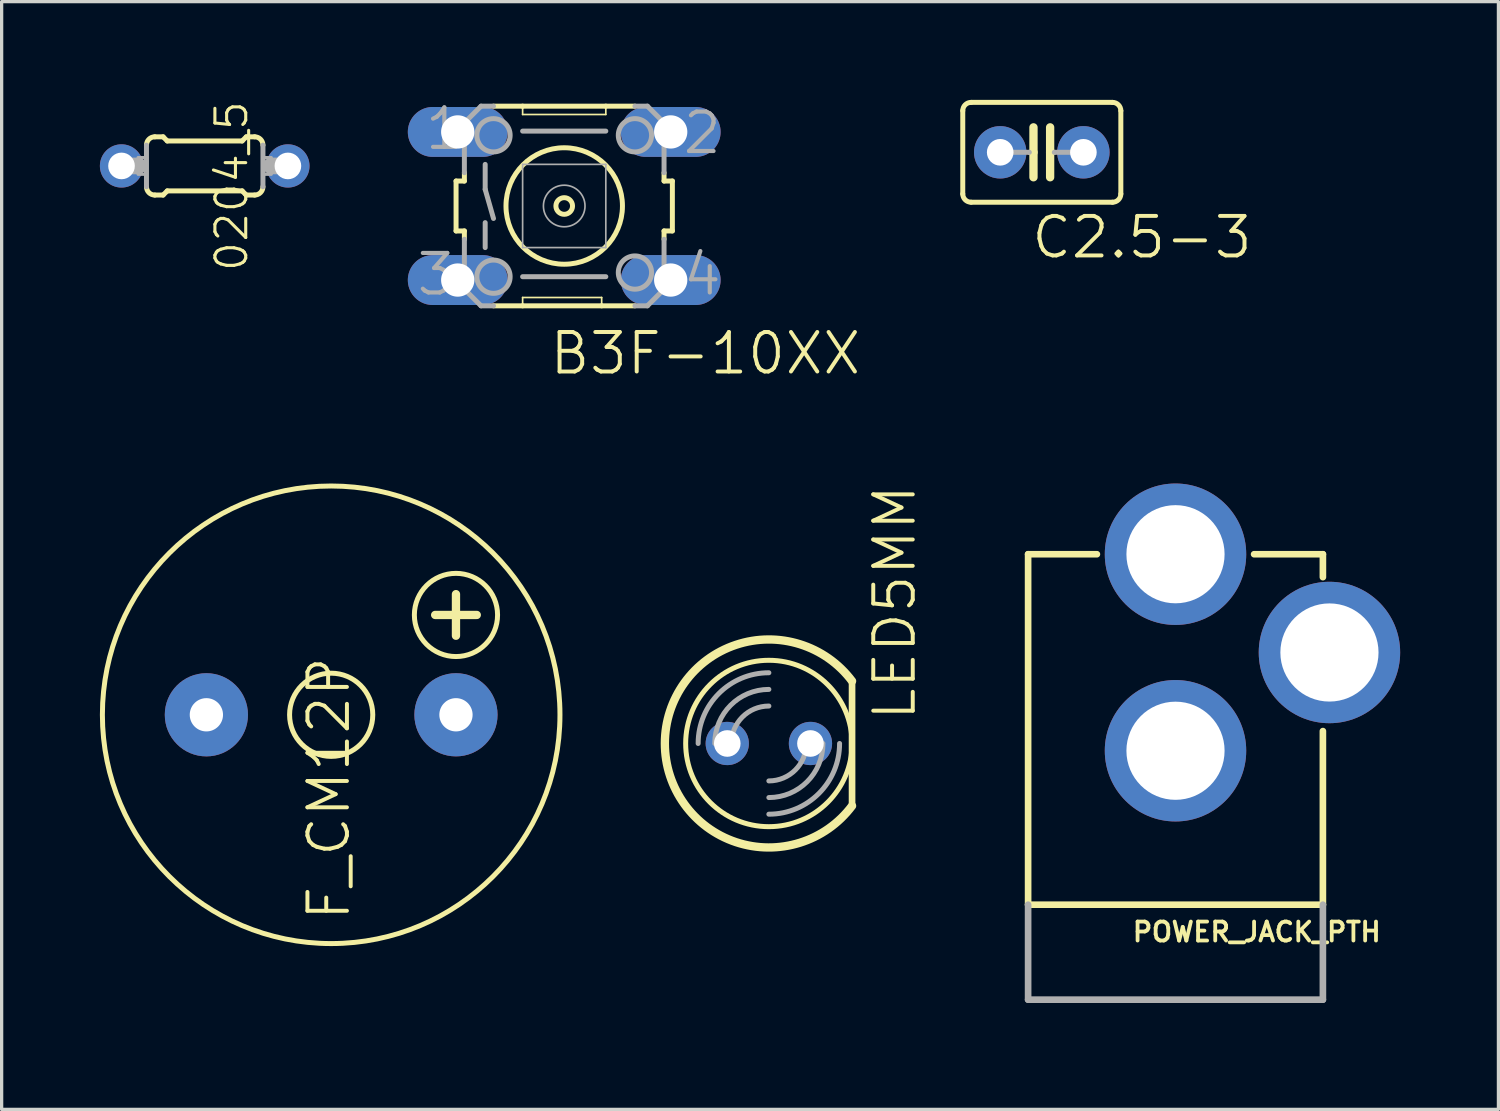
<source format=kicad_pcb>
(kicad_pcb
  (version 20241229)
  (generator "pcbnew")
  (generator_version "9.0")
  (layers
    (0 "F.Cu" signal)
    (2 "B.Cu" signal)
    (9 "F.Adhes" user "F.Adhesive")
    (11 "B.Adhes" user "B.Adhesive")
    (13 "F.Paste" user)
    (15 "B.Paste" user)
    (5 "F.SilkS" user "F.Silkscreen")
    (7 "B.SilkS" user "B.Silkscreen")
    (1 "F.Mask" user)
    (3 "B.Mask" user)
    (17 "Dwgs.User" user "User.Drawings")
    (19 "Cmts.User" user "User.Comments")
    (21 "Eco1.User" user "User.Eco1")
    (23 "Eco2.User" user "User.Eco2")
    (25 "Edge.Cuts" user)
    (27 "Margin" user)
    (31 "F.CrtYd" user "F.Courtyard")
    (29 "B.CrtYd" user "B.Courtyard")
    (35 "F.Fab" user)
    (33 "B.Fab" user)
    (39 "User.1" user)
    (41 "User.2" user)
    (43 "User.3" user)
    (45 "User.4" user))
  (footprint "0204_5"
    (layer "F.Cu")
    (at 3.2 2.016)
    (property "Reference" "0204_5" (at 1.372 3.277 270) (layer "F.SilkS") (effects (font (size 0.941 0.941) (thickness 0.094)) (justify left bottom)))
    (attr through_hole)
    (fp_line (start -1.524 -0.889) (end -1.27 -0.889) (stroke (width 0.152) (type solid)) (layer "F.SilkS"))
    (fp_line (start -1.524 0.889) (end -1.27 0.889) (stroke (width 0.152) (type solid)) (layer "F.SilkS"))
    (fp_line (start -1.143 -0.762) (end -1.27 -0.889) (stroke (width 0.152) (type solid)) (layer "F.SilkS"))
    (fp_line (start -1.143 0.762) (end -1.27 0.889) (stroke (width 0.152) (type solid)) (layer "F.SilkS"))
    (fp_line (start 1.143 -0.762) (end -1.143 -0.762) (stroke (width 0.152) (type solid)) (layer "F.SilkS"))
    (fp_line (start 1.143 -0.762) (end 1.27 -0.889) (stroke (width 0.152) (type solid)) (layer "F.SilkS"))
    (fp_line (start 1.143 0.762) (end -1.143 0.762) (stroke (width 0.152) (type solid)) (layer "F.SilkS"))
    (fp_line (start 1.143 0.762) (end 1.27 0.889) (stroke (width 0.152) (type solid)) (layer "F.SilkS"))
    (fp_line (start 1.524 -0.889) (end 1.27 -0.889) (stroke (width 0.152) (type solid)) (layer "F.SilkS"))
    (fp_line (start 1.524 0.889) (end 1.27 0.889) (stroke (width 0.152) (type solid)) (layer "F.SilkS"))
    (fp_arc (start -1.778 -0.635) (mid -1.703605 -0.814605) (end -1.524 -0.889) (stroke (width 0.1524) (type solid)) (layer "F.SilkS"))
    (fp_arc (start -1.524 0.889) (mid -1.703605 0.814605) (end -1.778 0.635) (stroke (width 0.1524) (type solid)) (layer "F.SilkS"))
    (fp_arc (start 1.524 -0.889) (mid 1.703605 -0.814605) (end 1.778 -0.635) (stroke (width 0.1524) (type solid)) (layer "F.SilkS"))
    (fp_arc (start 1.778 0.635) (mid 1.703605 0.814605) (end 1.524 0.889) (stroke (width 0.1524) (type solid)) (layer "F.SilkS"))
    (fp_line (start -2.54 0) (end -2.032 0) (stroke (width 0.508) (type solid)) (layer "F.Fab"))
    (fp_line (start -1.778 0.635) (end -1.778 -0.635) (stroke (width 0.152) (type solid)) (layer "F.Fab"))
    (fp_line (start 1.778 0.635) (end 1.778 -0.635) (stroke (width 0.152) (type solid)) (layer "F.Fab"))
    (fp_line (start 2.54 0) (end 2.032 0) (stroke (width 0.508) (type solid)) (layer "F.Fab"))
    (fp_poly (pts (xy -2.032 0.254) (xy -1.778 0.254) (xy -1.778 -0.254) (xy -2.032 -0.254)) (stroke (width 0.1) (type solid)) (fill no) (layer "F.Fab"))
    (fp_poly (pts (xy 1.778 0.254) (xy 2.032 0.254) (xy 2.032 -0.254) (xy 1.778 -0.254)) (stroke (width 0.1) (type solid)) (fill no) (layer "F.Fab"))
    (pad "1" thru_hole circle (at -2.54 0) (size 1.321 1.321) (drill 0.813) (layers "*.Cu" "*.Mask"))
    (pad "2" thru_hole circle (at 2.54 0) (size 1.321 1.321) (drill 0.813) (layers "*.Cu" "*.Mask")))
  (footprint "LED5MM"
    (layer "F.Cu")
    (at 20.424 19.649)
    (property "Reference" "LED5MM" (at 4.547 -0.635 270) (layer "F.SilkS") (effects (font (size 1.206 1.206) (thickness 0.121)) (justify left bottom)))
    (attr through_hole)
    (fp_line (start 2.54 1.905) (end 2.54 -1.905) (stroke (width 0.203) (type solid)) (layer "F.SilkS"))
    (fp_arc (start 2.54 1.905) (mid -3.175 0) (end 2.54 -1.905) (stroke (width 0.254) (type solid)) (layer "F.SilkS"))
    (fp_circle (center 0 0) (end 2.54 0) (stroke (width 0.152) (type solid)) (fill no) (layer "F.SilkS"))
    (fp_arc (start -2.159 0) (mid -1.526644 -1.526644) (end 0 -2.159) (stroke (width 0.1524) (type solid)) (layer "F.Fab"))
    (fp_arc (start -1.651 0) (mid -1.167433 -1.167433) (end 0 -1.651) (stroke (width 0.1524) (type solid)) (layer "F.Fab"))
    (fp_arc (start -1.143 0) (mid -0.808223 -0.808223) (end 0 -1.143) (stroke (width 0.1524) (type solid)) (layer "F.Fab"))
    (fp_arc (start 1.143 0) (mid 0.808223 0.808223) (end 0 1.143) (stroke (width 0.1524) (type solid)) (layer "F.Fab"))
    (fp_arc (start 1.651 0) (mid 1.167433 1.167433) (end 0 1.651) (stroke (width 0.1524) (type solid)) (layer "F.Fab"))
    (fp_arc (start 2.159 0) (mid 1.526644 1.526644) (end 0 2.159) (stroke (width 0.1524) (type solid)) (layer "F.Fab"))
    (pad "A" thru_hole circle (at -1.27 0) (size 1.321 1.321) (drill 0.813) (layers "*.Cu" "*.Mask"))
    (pad "K" thru_hole circle (at 1.27 0) (size 1.321 1.321) (drill 0.813) (layers "*.Cu" "*.Mask")))
  (footprint "C2.5-3"
    (layer "F.Cu")
    (at 28.757 1.6)
    (property "Reference" "C2.5-3" (at -0.381 3.302 0) (layer "F.SilkS") (effects (font (size 1.206 1.206) (thickness 0.121)) (justify left bottom)))
    (attr through_hole)
    (fp_line (start -2.413 -1.27) (end -2.413 1.27) (stroke (width 0.152) (type solid)) (layer "F.SilkS"))
    (fp_line (start -2.159 -1.524) (end 2.159 -1.524) (stroke (width 0.152) (type solid)) (layer "F.SilkS"))
    (fp_line (start -0.254 -0.762) (end -0.254 0) (stroke (width 0.254) (type solid)) (layer "F.SilkS"))
    (fp_line (start -0.254 0) (end -0.381 0) (stroke (width 0.152) (type solid)) (layer "F.SilkS"))
    (fp_line (start -0.254 0) (end -0.254 0.762) (stroke (width 0.254) (type solid)) (layer "F.SilkS"))
    (fp_line (start 0.254 0) (end 0.254 -0.762) (stroke (width 0.254) (type solid)) (layer "F.SilkS"))
    (fp_line (start 0.254 0) (end 0.254 0.762) (stroke (width 0.254) (type solid)) (layer "F.SilkS"))
    (fp_line (start 0.381 0) (end 0.254 0) (stroke (width 0.152) (type solid)) (layer "F.SilkS"))
    (fp_line (start 2.159 1.524) (end -2.159 1.524) (stroke (width 0.152) (type solid)) (layer "F.SilkS"))
    (fp_line (start 2.413 -1.27) (end 2.413 1.27) (stroke (width 0.152) (type solid)) (layer "F.SilkS"))
    (fp_arc (start -2.413 -1.27) (mid -2.338605 -1.449605) (end -2.159 -1.524) (stroke (width 0.1524) (type solid)) (layer "F.SilkS"))
    (fp_arc (start -2.159 1.524) (mid -2.338605 1.449605) (end -2.413 1.27) (stroke (width 0.1524) (type solid)) (layer "F.SilkS"))
    (fp_arc (start 2.159 -1.524) (mid 2.338605 -1.449605) (end 2.413 -1.27) (stroke (width 0.1524) (type solid)) (layer "F.SilkS"))
    (fp_arc (start 2.413 1.27) (mid 2.338605 1.449605) (end 2.159 1.524) (stroke (width 0.1524) (type solid)) (layer "F.SilkS"))
    (fp_line (start -0.381 0) (end -1.27 0) (stroke (width 0.152) (type solid)) (layer "F.Fab"))
    (fp_line (start 1.27 0) (end 0.381 0) (stroke (width 0.152) (type solid)) (layer "F.Fab"))
    (pad "1" thru_hole circle (at -1.27 0) (size 1.6 1.6) (drill 0.813) (layers "*.Cu" "*.Mask"))
    (pad "2" thru_hole circle (at 1.27 0) (size 1.6 1.6) (drill 0.813) (layers "*.Cu" "*.Mask")))
  (footprint "POWER_JACK_PTH"
    (layer "F.Cu")
    (at 32.839 27.571)
    (property "Reference" "POWER_JACK_PTH" (at -1.372 -1.829 180) (layer "F.SilkS") (effects (font (size 0.579 0.579) (thickness 0.116)) (justify left bottom)))
    (attr through_hole)
    (fp_line (start -4.5 -13.7) (end -2.4 -13.7) (stroke (width 0.203) (type solid)) (layer "F.SilkS"))
    (fp_line (start -4.5 -3) (end -4.5 -13.7) (stroke (width 0.203) (type solid)) (layer "F.SilkS"))
    (fp_line (start -4.5 -3) (end 4.5 -3) (stroke (width 0.203) (type solid)) (layer "F.SilkS"))
    (fp_line (start 4.5 -13.7) (end 2.4 -13.7) (stroke (width 0.203) (type solid)) (layer "F.SilkS"))
    (fp_line (start 4.5 -13.7) (end 4.5 -13) (stroke (width 0.203) (type solid)) (layer "F.SilkS"))
    (fp_line (start 4.5 -3) (end 4.5 -8.3) (stroke (width 0.203) (type solid)) (layer "F.SilkS"))
    (fp_line (start -4.5 -3) (end -4.5 -0.1) (stroke (width 0.203) (type solid)) (layer "F.Fab"))
    (fp_line (start 4.5 -0.1) (end -4.5 -0.1) (stroke (width 0.203) (type solid)) (layer "F.Fab"))
    (fp_line (start 4.5 -0.1) (end 4.5 -3) (stroke (width 0.203) (type solid)) (layer "F.Fab"))
    (pad "GND" thru_hole circle (at 0 -7.7) (size 4.318 4.318) (drill 2.997) (layers "*.Cu" "*.Mask"))
    (pad "GNDBREAK" thru_hole circle (at 4.7 -10.7 90) (size 4.318 4.318) (drill 2.997) (layers "*.Cu" "*.Mask"))
    (pad "PWR" thru_hole circle (at 0 -13.7) (size 4.318 4.318) (drill 2.997) (layers "*.Cu" "*.Mask")))
  (footprint "F_CM12P"
    (layer "F.Cu")
    (at 7.061 18.773)
    (property "Reference" "F_CM12P" (at 0.635 6.35 270) (layer "F.SilkS") (effects (font (size 1.206 1.206) (thickness 0.121)) (justify left bottom)))
    (attr through_hole)
    (fp_line (start 3.175 -3.048) (end 4.445 -3.048) (stroke (width 0.254) (type solid)) (layer "F.SilkS"))
    (fp_line (start 3.81 -3.683) (end 3.81 -2.413) (stroke (width 0.254) (type solid)) (layer "F.SilkS"))
    (fp_circle (center 0 0) (end 1.27 0) (stroke (width 0.152) (type solid)) (fill no) (layer "F.SilkS"))
    (fp_circle (center 0 0) (end 6.985 0) (stroke (width 0.152) (type solid)) (fill no) (layer "F.SilkS"))
    (fp_circle (center 3.81 -3.048) (end 5.08 -3.048) (stroke (width 0.152) (type solid)) (fill no) (layer "F.SilkS"))
    (pad "+" thru_hole circle (at 3.81 0) (size 2.54 2.54) (drill 1.016) (layers "*.Cu" "*.Mask"))
    (pad "-" thru_hole circle (at -3.81 0) (size 2.54 2.54) (drill 1.016) (layers "*.Cu" "*.Mask")))
  (footprint "B3F-10XX"
    (layer "F.Cu")
    (at 14.176 3.239)
    (property "Reference" "B3F-10XX" (at -0.508 5.207 180) (layer "F.SilkS") (effects (font (size 1.206 1.206) (thickness 0.121)) (justify left bottom)))
    (attr through_hole)
    (fp_line (start -3.302 -0.762) (end -3.302 0.762) (stroke (width 0.152) (type solid)) (layer "F.SilkS"))
    (fp_line (start -3.302 -0.762) (end -3.048 -0.762) (stroke (width 0.152) (type solid)) (layer "F.SilkS"))
    (fp_line (start -3.048 -0.762) (end -3.048 -1.016) (stroke (width 0.152) (type solid)) (layer "F.SilkS"))
    (fp_line (start -3.048 0.762) (end -3.302 0.762) (stroke (width 0.152) (type solid)) (layer "F.SilkS"))
    (fp_line (start -3.048 0.762) (end -3.048 1.016) (stroke (width 0.152) (type solid)) (layer "F.SilkS"))
    (fp_line (start -2.159 3.048) (end -1.27 3.048) (stroke (width 0.152) (type solid)) (layer "F.SilkS"))
    (fp_line (start -1.27 -3.048) (end -2.159 -3.048) (stroke (width 0.152) (type solid)) (layer "F.SilkS"))
    (fp_line (start -1.27 -3.048) (end -1.27 -2.794) (stroke (width 0.051) (type solid)) (layer "F.SilkS"))
    (fp_line (start -1.27 2.794) (end -1.27 3.048) (stroke (width 0.051) (type solid)) (layer "F.SilkS"))
    (fp_line (start -1.27 3.048) (end 1.143 3.048) (stroke (width 0.152) (type solid)) (layer "F.SilkS"))
    (fp_line (start 1.143 2.794) (end -1.27 2.794) (stroke (width 0.051) (type solid)) (layer "F.SilkS"))
    (fp_line (start 1.143 2.794) (end 1.143 3.048) (stroke (width 0.051) (type solid)) (layer "F.SilkS"))
    (fp_line (start 1.143 3.048) (end 2.159 3.048) (stroke (width 0.152) (type solid)) (layer "F.SilkS"))
    (fp_line (start 1.27 -3.048) (end -1.27 -3.048) (stroke (width 0.152) (type solid)) (layer "F.SilkS"))
    (fp_line (start 1.27 -2.794) (end -1.27 -2.794) (stroke (width 0.051) (type solid)) (layer "F.SilkS"))
    (fp_line (start 1.27 -2.794) (end 1.27 -3.048) (stroke (width 0.051) (type solid)) (layer "F.SilkS"))
    (fp_line (start 2.159 -3.048) (end 1.27 -3.048) (stroke (width 0.152) (type solid)) (layer "F.SilkS"))
    (fp_line (start 3.048 -0.762) (end 3.048 -1.016) (stroke (width 0.152) (type solid)) (layer "F.SilkS"))
    (fp_line (start 3.048 -0.762) (end 3.302 -0.762) (stroke (width 0.152) (type solid)) (layer "F.SilkS"))
    (fp_line (start 3.048 0.762) (end 3.048 1.016) (stroke (width 0.152) (type solid)) (layer "F.SilkS"))
    (fp_line (start 3.302 0.762) (end 3.048 0.762) (stroke (width 0.152) (type solid)) (layer "F.SilkS"))
    (fp_line (start 3.302 0.762) (end 3.302 -0.762) (stroke (width 0.152) (type solid)) (layer "F.SilkS"))
    (fp_circle (center 0 0) (end 0.254 0) (stroke (width 0.152) (type solid)) (fill no) (layer "F.SilkS"))
    (fp_circle (center 0 0) (end 1.778 0) (stroke (width 0.152) (type solid)) (fill no) (layer "F.SilkS"))
    (fp_line (start -3.048 -2.54) (end -3.048 -1.016) (stroke (width 0.152) (type solid)) (layer "F.Fab"))
    (fp_line (start -3.048 2.54) (end -3.048 1.016) (stroke (width 0.152) (type solid)) (layer "F.Fab"))
    (fp_line (start -2.54 -3.048) (end -3.048 -2.54) (stroke (width 0.152) (type solid)) (layer "F.Fab"))
    (fp_line (start -2.54 -3.048) (end -2.159 -3.048) (stroke (width 0.152) (type solid)) (layer "F.Fab"))
    (fp_line (start -2.54 3.048) (end -3.048 2.54) (stroke (width 0.152) (type solid)) (layer "F.Fab"))
    (fp_line (start -2.54 3.048) (end -2.159 3.048) (stroke (width 0.152) (type solid)) (layer "F.Fab"))
    (fp_line (start -2.413 -1.27) (end -2.413 -0.508) (stroke (width 0.152) (type solid)) (layer "F.Fab"))
    (fp_line (start -2.413 -0.508) (end -2.159 0.381) (stroke (width 0.152) (type solid)) (layer "F.Fab"))
    (fp_line (start -2.413 0.508) (end -2.413 1.27) (stroke (width 0.152) (type solid)) (layer "F.Fab"))
    (fp_line (start -1.27 -1.27) (end -1.27 1.27) (stroke (width 0.051) (type solid)) (layer "F.Fab"))
    (fp_line (start -1.27 -1.27) (end 1.27 -1.27) (stroke (width 0.051) (type solid)) (layer "F.Fab"))
    (fp_line (start -1.27 2.159) (end 1.27 2.159) (stroke (width 0.152) (type solid)) (layer "F.Fab"))
    (fp_line (start 1.27 -2.286) (end -1.27 -2.286) (stroke (width 0.152) (type solid)) (layer "F.Fab"))
    (fp_line (start 1.27 1.27) (end -1.27 1.27) (stroke (width 0.051) (type solid)) (layer "F.Fab"))
    (fp_line (start 1.27 1.27) (end 1.27 -1.27) (stroke (width 0.051) (type solid)) (layer "F.Fab"))
    (fp_line (start 2.54 -3.048) (end 2.159 -3.048) (stroke (width 0.152) (type solid)) (layer "F.Fab"))
    (fp_line (start 2.54 3.048) (end 2.159 3.048) (stroke (width 0.152) (type solid)) (layer "F.Fab"))
    (fp_line (start 2.54 3.048) (end 3.048 2.54) (stroke (width 0.152) (type solid)) (layer "F.Fab"))
    (fp_line (start 3.048 -2.54) (end 2.54 -3.048) (stroke (width 0.152) (type solid)) (layer "F.Fab"))
    (fp_line (start 3.048 -1.016) (end 3.048 -2.54) (stroke (width 0.152) (type solid)) (layer "F.Fab"))
    (fp_line (start 3.048 2.54) (end 3.048 1.016) (stroke (width 0.152) (type solid)) (layer "F.Fab"))
    (fp_circle (center -2.159 -2.159) (end -1.651 -2.159) (stroke (width 0.152) (type solid)) (fill no) (layer "F.Fab"))
    (fp_circle (center -2.159 2.159) (end -1.651 2.159) (stroke (width 0.152) (type solid)) (fill no) (layer "F.Fab"))
    (fp_circle (center 0 0) (end 0.635 0) (stroke (width 0.051) (type solid)) (fill no) (layer "F.Fab"))
    (fp_circle (center 2.159 -2.159) (end 2.667 -2.159) (stroke (width 0.152) (type solid)) (fill no) (layer "F.Fab"))
    (fp_circle (center 2.159 2.032) (end 2.667 2.032) (stroke (width 0.152) (type solid)) (fill no) (layer "F.Fab"))
    (fp_text user "2" (at 3.556 -1.524 0) (layer "F.Fab") (effects (font (size 1.206 1.206) (thickness 0.127)) (justify left bottom)))
    (fp_text user "4" (at 3.556 2.794 0) (layer "F.Fab") (effects (font (size 1.206 1.206) (thickness 0.127)) (justify left bottom)))
    (fp_text user "1" (at -4.318 -1.651 0) (layer "F.Fab") (effects (font (size 1.206 1.206) (thickness 0.127)) (justify left bottom)))
    (fp_text user "3" (at -4.572 2.794 0) (layer "F.Fab") (effects (font (size 1.206 1.206) (thickness 0.127)) (justify left bottom)))
    (pad "1" thru_hole oval (at -3.251 -2.261) (size 3.048 1.524) (drill 1.016) (layers "*.Cu" "*.Mask"))
    (pad "2" thru_hole oval (at 3.251 -2.261) (size 3.048 1.524) (drill 1.016) (layers "*.Cu" "*.Mask"))
    (pad "3" thru_hole oval (at -3.251 2.261) (size 3.048 1.524) (drill 1.016) (layers "*.Cu" "*.Mask"))
    (pad "4" thru_hole oval (at 3.251 2.261) (size 3.048 1.524) (drill 1.016) (layers "*.Cu" "*.Mask")))
  (gr_rect
    (start -3 -3)
    (end 42.698 30.821)
    (stroke (width 0.1) (type default))
    (fill no)
    (layer "Edge.Cuts")))
</source>
